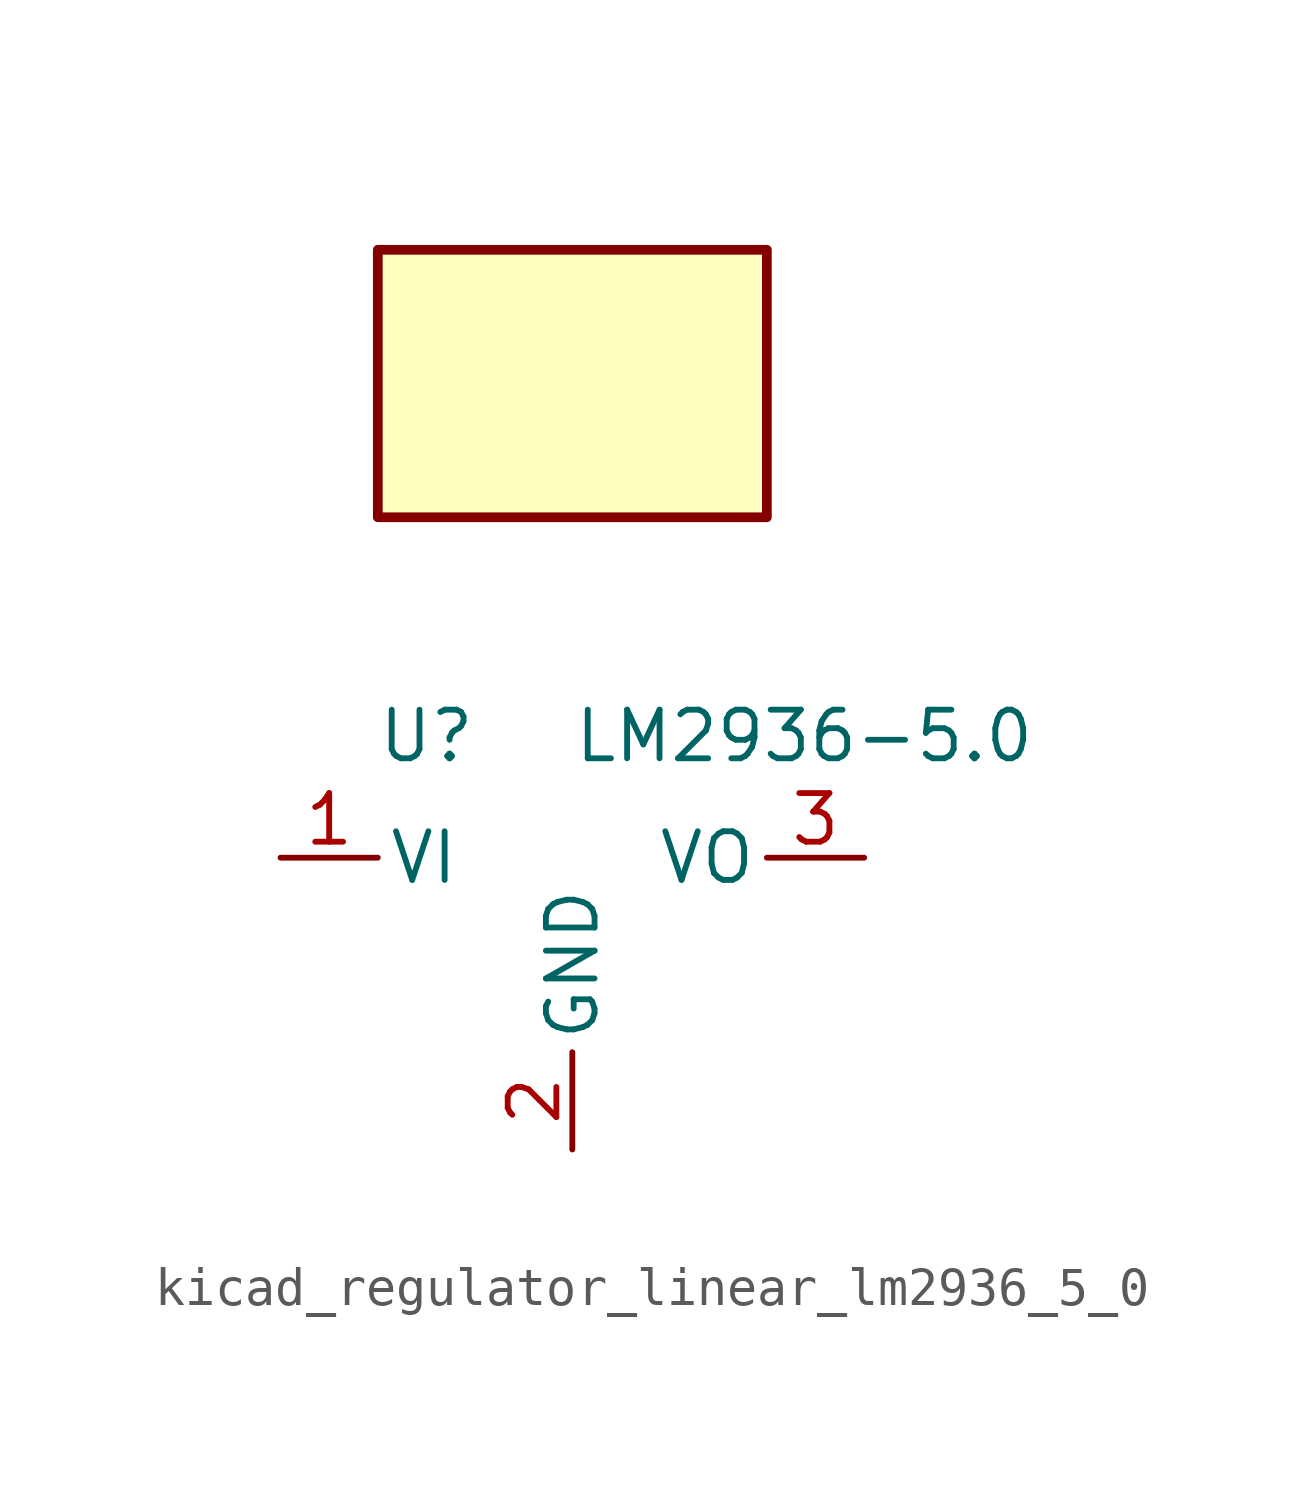
<source format=kicad_sym>
(kicad_symbol_lib
  (version 20220914)
  (generator kicad_symbol_editor)
  (symbol "kicad_regulator_linear_lm2936_5_0"
    (pin_names
      (offset 0.254))
    (property "Reference" "U"
      (at -3.81 3.175 0)
      (effects (font (size 1.27 1.27))))
    (property "Value" "LM2936-5.0"
      (at 0 3.175 0)
      (effects (font (size 1.27 1.27)) (justify left)))
    (symbol "kicad_regulator_linear_lm2936_5_0_0_1"
      (rectangle (start 5.08 15.875) (end -5.08 8.89) (stroke (width 0.254) (type default)) (fill (type background))))
    (symbol "kicad_regulator_linear_lm2936_5_0_1_1"
      (pin power_in line (at -7.62 0 0) (length 2.54) (name "VI" (effects (font (size 1.27 1.27)))) (number "1" (effects (font (size 1.27 1.27)))))
      (pin power_in line (at 0 -7.62 90) (length 2.54) (name "GND" (effects (font (size 1.27 1.27)))) (number "2" (effects (font (size 1.27 1.27)))))
      (pin power_out line (at 7.62 0 180) (length 2.54) (name "VO" (effects (font (size 1.27 1.27)))) (number "3" (effects (font (size 1.27 1.27))))))))
</source>
